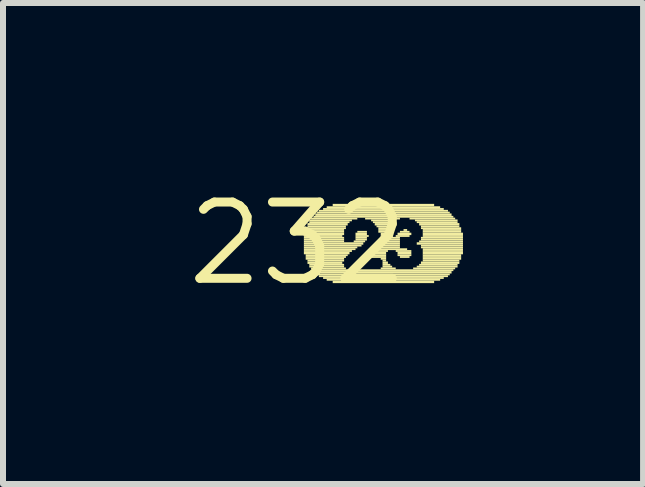
<source format=kicad_pcb>
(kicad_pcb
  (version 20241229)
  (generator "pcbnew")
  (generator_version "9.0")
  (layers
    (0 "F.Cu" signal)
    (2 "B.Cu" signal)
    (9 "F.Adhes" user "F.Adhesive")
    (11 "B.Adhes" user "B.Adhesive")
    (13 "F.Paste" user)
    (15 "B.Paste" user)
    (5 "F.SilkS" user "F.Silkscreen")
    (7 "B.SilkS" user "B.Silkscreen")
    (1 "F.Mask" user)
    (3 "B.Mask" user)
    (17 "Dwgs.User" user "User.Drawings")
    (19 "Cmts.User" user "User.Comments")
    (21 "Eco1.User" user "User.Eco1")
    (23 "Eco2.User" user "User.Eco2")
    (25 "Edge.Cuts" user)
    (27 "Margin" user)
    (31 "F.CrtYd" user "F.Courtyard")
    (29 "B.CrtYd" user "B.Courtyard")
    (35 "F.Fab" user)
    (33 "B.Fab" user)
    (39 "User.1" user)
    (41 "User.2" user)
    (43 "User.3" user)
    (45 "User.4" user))
  (footprint "232"
    (layer "F.Cu")
    (at 1.912 1.006)
    (property "Reference" "232" (at 0 0 0) (layer "F.SilkS") (effects (font (size 1.27 1.27) (thickness 0.15))))
    (fp_poly (pts (xy 0.1 -0.14) (xy 0.77 -0.14) (xy 0.77 -0.18) (xy 0.1 -0.18)) (stroke (width 0) (type solid)) (fill yes) (layer "F.SilkS"))
    (fp_poly (pts (xy 0.1 -0.11) (xy 0.74 -0.11) (xy 0.74 -0.14) (xy 0.1 -0.14)) (stroke (width 0) (type solid)) (fill yes) (layer "F.SilkS"))
    (fp_poly (pts (xy 0.1 -0.08) (xy 0.77 -0.08) (xy 0.77 -0.11) (xy 0.1 -0.11)) (stroke (width 0) (type solid)) (fill yes) (layer "F.SilkS"))
    (fp_poly (pts (xy 0.1 -0.05) (xy 0.77 -0.05) (xy 0.77 -0.08) (xy 0.1 -0.08)) (stroke (width 0) (type solid)) (fill yes) (layer "F.SilkS"))
    (fp_poly (pts (xy 0.1 -0.02) (xy 0.77 -0.02) (xy 0.77 -0.05) (xy 0.1 -0.05)) (stroke (width 0) (type solid)) (fill yes) (layer "F.SilkS"))
    (fp_poly (pts (xy 0.1 0.02) (xy 1.09 0.02) (xy 1.09 -0.02) (xy 0.1 -0.02)) (stroke (width 0) (type solid)) (fill yes) (layer "F.SilkS"))
    (fp_poly (pts (xy 0.1 0.05) (xy 1.06 0.05) (xy 1.06 0.02) (xy 0.1 0.02)) (stroke (width 0) (type solid)) (fill yes) (layer "F.SilkS"))
    (fp_poly (pts (xy 0.1 0.08) (xy 0.99 0.08) (xy 0.99 0.05) (xy 0.1 0.05)) (stroke (width 0) (type solid)) (fill yes) (layer "F.SilkS"))
    (fp_poly (pts (xy 0.1 0.11) (xy 0.96 0.11) (xy 0.96 0.08) (xy 0.1 0.08)) (stroke (width 0) (type solid)) (fill yes) (layer "F.SilkS"))
    (fp_poly (pts (xy 0.1 0.14) (xy 0.9 0.14) (xy 0.9 0.11) (xy 0.1 0.11)) (stroke (width 0) (type solid)) (fill yes) (layer "F.SilkS"))
    (fp_poly (pts (xy 0.1 0.18) (xy 0.86 0.18) (xy 0.86 0.14) (xy 0.1 0.14)) (stroke (width 0) (type solid)) (fill yes) (layer "F.SilkS"))
    (fp_poly (pts (xy 0.13 -0.24) (xy 0.8 -0.24) (xy 0.8 -0.27) (xy 0.13 -0.27)) (stroke (width 0) (type solid)) (fill yes) (layer "F.SilkS"))
    (fp_poly (pts (xy 0.13 -0.21) (xy 0.77 -0.21) (xy 0.77 -0.24) (xy 0.13 -0.24)) (stroke (width 0) (type solid)) (fill yes) (layer "F.SilkS"))
    (fp_poly (pts (xy 0.13 -0.18) (xy 0.77 -0.18) (xy 0.77 -0.21) (xy 0.13 -0.21)) (stroke (width 0) (type solid)) (fill yes) (layer "F.SilkS"))
    (fp_poly (pts (xy 0.13 0.21) (xy 0.83 0.21) (xy 0.83 0.18) (xy 0.13 0.18)) (stroke (width 0) (type solid)) (fill yes) (layer "F.SilkS"))
    (fp_poly (pts (xy 0.13 0.24) (xy 0.8 0.24) (xy 0.8 0.21) (xy 0.13 0.21)) (stroke (width 0) (type solid)) (fill yes) (layer "F.SilkS"))
    (fp_poly (pts (xy 0.13 0.27) (xy 0.77 0.27) (xy 0.77 0.24) (xy 0.13 0.24)) (stroke (width 0) (type solid)) (fill yes) (layer "F.SilkS"))
    (fp_poly (pts (xy 0.16 -0.3) (xy 0.83 -0.3) (xy 0.83 -0.34) (xy 0.16 -0.34)) (stroke (width 0) (type solid)) (fill yes) (layer "F.SilkS"))
    (fp_poly (pts (xy 0.16 -0.27) (xy 0.8 -0.27) (xy 0.8 -0.3) (xy 0.16 -0.3)) (stroke (width 0) (type solid)) (fill yes) (layer "F.SilkS"))
    (fp_poly (pts (xy 0.16 0.3) (xy 0.77 0.3) (xy 0.77 0.27) (xy 0.16 0.27)) (stroke (width 0) (type solid)) (fill yes) (layer "F.SilkS"))
    (fp_poly (pts (xy 0.16 0.34) (xy 0.74 0.34) (xy 0.74 0.3) (xy 0.16 0.3)) (stroke (width 0) (type solid)) (fill yes) (layer "F.SilkS"))
    (fp_poly (pts (xy 0.19 -0.37) (xy 0.9 -0.37) (xy 0.9 -0.4) (xy 0.19 -0.4)) (stroke (width 0) (type solid)) (fill yes) (layer "F.SilkS"))
    (fp_poly (pts (xy 0.19 -0.34) (xy 0.86 -0.34) (xy 0.86 -0.37) (xy 0.19 -0.37)) (stroke (width 0) (type solid)) (fill yes) (layer "F.SilkS"))
    (fp_poly (pts (xy 0.19 0.37) (xy 0.77 0.37) (xy 0.77 0.34) (xy 0.19 0.34)) (stroke (width 0) (type solid)) (fill yes) (layer "F.SilkS"))
    (fp_poly (pts (xy 0.19 0.4) (xy 0.77 0.4) (xy 0.77 0.37) (xy 0.19 0.37)) (stroke (width 0) (type solid)) (fill yes) (layer "F.SilkS"))
    (fp_poly (pts (xy 0.22 -0.4) (xy 0.99 -0.4) (xy 0.99 -0.43) (xy 0.22 -0.43)) (stroke (width 0) (type solid)) (fill yes) (layer "F.SilkS"))
    (fp_poly (pts (xy 0.22 0.43) (xy 0.8 0.43) (xy 0.8 0.4) (xy 0.22 0.4)) (stroke (width 0) (type solid)) (fill yes) (layer "F.SilkS"))
    (fp_poly (pts (xy 0.26 -0.43) (xy 2.59 -0.43) (xy 2.59 -0.46) (xy 0.26 -0.46)) (stroke (width 0) (type solid)) (fill yes) (layer "F.SilkS"))
    (fp_poly (pts (xy 0.26 0.46) (xy 2.59 0.46) (xy 2.59 0.43) (xy 0.26 0.43)) (stroke (width 0) (type solid)) (fill yes) (layer "F.SilkS"))
    (fp_poly (pts (xy 0.29 -0.46) (xy 2.56 -0.46) (xy 2.56 -0.5) (xy 0.29 -0.5)) (stroke (width 0) (type solid)) (fill yes) (layer "F.SilkS"))
    (fp_poly (pts (xy 0.29 0.5) (xy 2.56 0.5) (xy 2.56 0.46) (xy 0.29 0.46)) (stroke (width 0) (type solid)) (fill yes) (layer "F.SilkS"))
    (fp_poly (pts (xy 0.32 -0.5) (xy 2.53 -0.5) (xy 2.53 -0.53) (xy 0.32 -0.53)) (stroke (width 0) (type solid)) (fill yes) (layer "F.SilkS"))
    (fp_poly (pts (xy 0.32 0.53) (xy 2.53 0.53) (xy 2.53 0.5) (xy 0.32 0.5)) (stroke (width 0) (type solid)) (fill yes) (layer "F.SilkS"))
    (fp_poly (pts (xy 0.35 -0.53) (xy 2.5 -0.53) (xy 2.5 -0.56) (xy 0.35 -0.56)) (stroke (width 0) (type solid)) (fill yes) (layer "F.SilkS"))
    (fp_poly (pts (xy 0.35 0.56) (xy 2.5 0.56) (xy 2.5 0.53) (xy 0.35 0.53)) (stroke (width 0) (type solid)) (fill yes) (layer "F.SilkS"))
    (fp_poly (pts (xy 0.42 -0.56) (xy 2.43 -0.56) (xy 2.43 -0.59) (xy 0.42 -0.59)) (stroke (width 0) (type solid)) (fill yes) (layer "F.SilkS"))
    (fp_poly (pts (xy 0.42 0.59) (xy 2.43 0.59) (xy 2.43 0.56) (xy 0.42 0.56)) (stroke (width 0) (type solid)) (fill yes) (layer "F.SilkS"))
    (fp_poly (pts (xy 0.48 -0.59) (xy 2.37 -0.59) (xy 2.37 -0.62) (xy 0.48 -0.62)) (stroke (width 0) (type solid)) (fill yes) (layer "F.SilkS"))
    (fp_poly (pts (xy 0.48 0.62) (xy 2.37 0.62) (xy 2.37 0.59) (xy 0.48 0.59)) (stroke (width 0) (type solid)) (fill yes) (layer "F.SilkS"))
    (fp_poly (pts (xy 0.58 -0.62) (xy 2.27 -0.62) (xy 2.27 -0.66) (xy 0.58 -0.66)) (stroke (width 0) (type solid)) (fill yes) (layer "F.SilkS"))
    (fp_poly (pts (xy 0.58 0.66) (xy 2.27 0.66) (xy 2.27 0.62) (xy 0.58 0.62)) (stroke (width 0) (type solid)) (fill yes) (layer "F.SilkS"))
    (fp_poly (pts (xy 0.93 -0.02) (xy 1.12 -0.02) (xy 1.12 -0.05) (xy 0.93 -0.05)) (stroke (width 0) (type solid)) (fill yes) (layer "F.SilkS"))
    (fp_poly (pts (xy 0.96 -0.14) (xy 1.15 -0.14) (xy 1.15 -0.18) (xy 0.96 -0.18)) (stroke (width 0) (type solid)) (fill yes) (layer "F.SilkS"))
    (fp_poly (pts (xy 0.96 -0.11) (xy 1.18 -0.11) (xy 1.18 -0.14) (xy 0.96 -0.14)) (stroke (width 0) (type solid)) (fill yes) (layer "F.SilkS"))
    (fp_poly (pts (xy 0.96 -0.08) (xy 1.15 -0.08) (xy 1.15 -0.11) (xy 0.96 -0.11)) (stroke (width 0) (type solid)) (fill yes) (layer "F.SilkS"))
    (fp_poly (pts (xy 0.96 -0.05) (xy 1.15 -0.05) (xy 1.15 -0.08) (xy 0.96 -0.08)) (stroke (width 0) (type solid)) (fill yes) (layer "F.SilkS"))
    (fp_poly (pts (xy 0.99 -0.18) (xy 1.15 -0.18) (xy 1.15 -0.21) (xy 0.99 -0.21)) (stroke (width 0) (type solid)) (fill yes) (layer "F.SilkS"))
    (fp_poly (pts (xy 1.12 -0.4) (xy 1.7 -0.4) (xy 1.7 -0.43) (xy 1.12 -0.43)) (stroke (width 0) (type solid)) (fill yes) (layer "F.SilkS"))
    (fp_poly (pts (xy 1.12 0.24) (xy 1.47 0.24) (xy 1.47 0.21) (xy 1.12 0.21)) (stroke (width 0) (type solid)) (fill yes) (layer "F.SilkS"))
    (fp_poly (pts (xy 1.15 0.21) (xy 1.47 0.21) (xy 1.47 0.18) (xy 1.15 0.18)) (stroke (width 0) (type solid)) (fill yes) (layer "F.SilkS"))
    (fp_poly (pts (xy 1.22 -0.37) (xy 1.6 -0.37) (xy 1.6 -0.4) (xy 1.22 -0.4)) (stroke (width 0) (type solid)) (fill yes) (layer "F.SilkS"))
    (fp_poly (pts (xy 1.22 0.18) (xy 1.47 0.18) (xy 1.47 0.14) (xy 1.22 0.14)) (stroke (width 0) (type solid)) (fill yes) (layer "F.SilkS"))
    (fp_poly (pts (xy 1.25 -0.34) (xy 1.57 -0.34) (xy 1.57 -0.37) (xy 1.25 -0.37)) (stroke (width 0) (type solid)) (fill yes) (layer "F.SilkS"))
    (fp_poly (pts (xy 1.25 0.14) (xy 1.5 0.14) (xy 1.5 0.11) (xy 1.25 0.11)) (stroke (width 0) (type solid)) (fill yes) (layer "F.SilkS"))
    (fp_poly (pts (xy 1.28 -0.3) (xy 1.54 -0.3) (xy 1.54 -0.34) (xy 1.28 -0.34)) (stroke (width 0) (type solid)) (fill yes) (layer "F.SilkS"))
    (fp_poly (pts (xy 1.28 0.11) (xy 1.82 0.11) (xy 1.82 0.08) (xy 1.28 0.08)) (stroke (width 0) (type solid)) (fill yes) (layer "F.SilkS"))
    (fp_poly (pts (xy 1.31 -0.27) (xy 1.5 -0.27) (xy 1.5 -0.3) (xy 1.31 -0.3)) (stroke (width 0) (type solid)) (fill yes) (layer "F.SilkS"))
    (fp_poly (pts (xy 1.31 0.08) (xy 1.7 0.08) (xy 1.7 0.05) (xy 1.31 0.05)) (stroke (width 0) (type solid)) (fill yes) (layer "F.SilkS"))
    (fp_poly (pts (xy 1.34 -0.24) (xy 1.5 -0.24) (xy 1.5 -0.27) (xy 1.34 -0.27)) (stroke (width 0) (type solid)) (fill yes) (layer "F.SilkS"))
    (fp_poly (pts (xy 1.34 -0.21) (xy 1.5 -0.21) (xy 1.5 -0.24) (xy 1.34 -0.24)) (stroke (width 0) (type solid)) (fill yes) (layer "F.SilkS"))
    (fp_poly (pts (xy 1.34 -0.18) (xy 1.5 -0.18) (xy 1.5 -0.21) (xy 1.34 -0.21)) (stroke (width 0) (type solid)) (fill yes) (layer "F.SilkS"))
    (fp_poly (pts (xy 1.34 -0.02) (xy 1.7 -0.02) (xy 1.7 -0.05) (xy 1.34 -0.05)) (stroke (width 0) (type solid)) (fill yes) (layer "F.SilkS"))
    (fp_poly (pts (xy 1.34 0.02) (xy 1.7 0.02) (xy 1.7 -0.02) (xy 1.34 -0.02)) (stroke (width 0) (type solid)) (fill yes) (layer "F.SilkS"))
    (fp_poly (pts (xy 1.34 0.05) (xy 1.7 0.05) (xy 1.7 0.02) (xy 1.34 0.02)) (stroke (width 0) (type solid)) (fill yes) (layer "F.SilkS"))
    (fp_poly (pts (xy 1.38 -0.14) (xy 1.5 -0.14) (xy 1.5 -0.18) (xy 1.38 -0.18)) (stroke (width 0) (type solid)) (fill yes) (layer "F.SilkS"))
    (fp_poly (pts (xy 1.38 -0.11) (xy 1.57 -0.11) (xy 1.57 -0.14) (xy 1.38 -0.14)) (stroke (width 0) (type solid)) (fill yes) (layer "F.SilkS"))
    (fp_poly (pts (xy 1.38 -0.08) (xy 1.7 -0.08) (xy 1.7 -0.11) (xy 1.38 -0.11)) (stroke (width 0) (type solid)) (fill yes) (layer "F.SilkS"))
    (fp_poly (pts (xy 1.38 -0.05) (xy 1.7 -0.05) (xy 1.7 -0.08) (xy 1.38 -0.08)) (stroke (width 0) (type solid)) (fill yes) (layer "F.SilkS"))
    (fp_poly (pts (xy 1.38 0.27) (xy 1.47 0.27) (xy 1.47 0.24) (xy 1.38 0.24)) (stroke (width 0) (type solid)) (fill yes) (layer "F.SilkS"))
    (fp_poly (pts (xy 1.38 0.43) (xy 1.63 0.43) (xy 1.63 0.4) (xy 1.38 0.4)) (stroke (width 0) (type solid)) (fill yes) (layer "F.SilkS"))
    (fp_poly (pts (xy 1.41 0.3) (xy 1.47 0.3) (xy 1.47 0.27) (xy 1.41 0.27)) (stroke (width 0) (type solid)) (fill yes) (layer "F.SilkS"))
    (fp_poly (pts (xy 1.41 0.34) (xy 1.5 0.34) (xy 1.5 0.3) (xy 1.41 0.3)) (stroke (width 0) (type solid)) (fill yes) (layer "F.SilkS"))
    (fp_poly (pts (xy 1.41 0.37) (xy 1.54 0.37) (xy 1.54 0.34) (xy 1.41 0.34)) (stroke (width 0) (type solid)) (fill yes) (layer "F.SilkS"))
    (fp_poly (pts (xy 1.41 0.4) (xy 1.57 0.4) (xy 1.57 0.37) (xy 1.41 0.37)) (stroke (width 0) (type solid)) (fill yes) (layer "F.SilkS"))
    (fp_poly (pts (xy 1.63 -0.11) (xy 1.86 -0.11) (xy 1.86 -0.14) (xy 1.63 -0.14)) (stroke (width 0) (type solid)) (fill yes) (layer "F.SilkS"))
    (fp_poly (pts (xy 1.63 0.14) (xy 1.89 0.14) (xy 1.89 0.11) (xy 1.63 0.11)) (stroke (width 0) (type solid)) (fill yes) (layer "F.SilkS"))
    (fp_poly (pts (xy 1.66 -0.14) (xy 1.89 -0.14) (xy 1.89 -0.18) (xy 1.66 -0.18)) (stroke (width 0) (type solid)) (fill yes) (layer "F.SilkS"))
    (fp_poly (pts (xy 1.66 0.18) (xy 1.89 0.18) (xy 1.89 0.14) (xy 1.66 0.14)) (stroke (width 0) (type solid)) (fill yes) (layer "F.SilkS"))
    (fp_poly (pts (xy 1.66 0.21) (xy 1.89 0.21) (xy 1.89 0.18) (xy 1.66 0.18)) (stroke (width 0) (type solid)) (fill yes) (layer "F.SilkS"))
    (fp_poly (pts (xy 1.7 -0.18) (xy 1.86 -0.18) (xy 1.86 -0.21) (xy 1.7 -0.21)) (stroke (width 0) (type solid)) (fill yes) (layer "F.SilkS"))
    (fp_poly (pts (xy 1.7 0.24) (xy 1.86 0.24) (xy 1.86 0.21) (xy 1.7 0.21)) (stroke (width 0) (type solid)) (fill yes) (layer "F.SilkS"))
    (fp_poly (pts (xy 1.76 -0.21) (xy 1.82 -0.21) (xy 1.82 -0.24) (xy 1.76 -0.24)) (stroke (width 0) (type solid)) (fill yes) (layer "F.SilkS"))
    (fp_poly (pts (xy 1.86 -0.4) (xy 2.62 -0.4) (xy 2.62 -0.43) (xy 1.86 -0.43)) (stroke (width 0) (type solid)) (fill yes) (layer "F.SilkS"))
    (fp_poly (pts (xy 1.92 0.43) (xy 2.62 0.43) (xy 2.62 0.4) (xy 1.92 0.4)) (stroke (width 0) (type solid)) (fill yes) (layer "F.SilkS"))
    (fp_poly (pts (xy 1.95 -0.37) (xy 2.66 -0.37) (xy 2.66 -0.4) (xy 1.95 -0.4)) (stroke (width 0) (type solid)) (fill yes) (layer "F.SilkS"))
    (fp_poly (pts (xy 1.98 -0.34) (xy 2.66 -0.34) (xy 2.66 -0.37) (xy 1.98 -0.37)) (stroke (width 0) (type solid)) (fill yes) (layer "F.SilkS"))
    (fp_poly (pts (xy 1.98 0.02) (xy 2.75 0.02) (xy 2.75 -0.02) (xy 1.98 -0.02)) (stroke (width 0) (type solid)) (fill yes) (layer "F.SilkS"))
    (fp_poly (pts (xy 1.98 0.4) (xy 2.66 0.4) (xy 2.66 0.37) (xy 1.98 0.37)) (stroke (width 0) (type solid)) (fill yes) (layer "F.SilkS"))
    (fp_poly (pts (xy 2.02 -0.3) (xy 2.69 -0.3) (xy 2.69 -0.34) (xy 2.02 -0.34)) (stroke (width 0) (type solid)) (fill yes) (layer "F.SilkS"))
    (fp_poly (pts (xy 2.02 -0.02) (xy 2.75 -0.02) (xy 2.75 -0.05) (xy 2.02 -0.05)) (stroke (width 0) (type solid)) (fill yes) (layer "F.SilkS"))
    (fp_poly (pts (xy 2.02 0.37) (xy 2.66 0.37) (xy 2.66 0.34) (xy 2.02 0.34)) (stroke (width 0) (type solid)) (fill yes) (layer "F.SilkS"))
    (fp_poly (pts (xy 2.05 -0.27) (xy 2.69 -0.27) (xy 2.69 -0.3) (xy 2.05 -0.3)) (stroke (width 0) (type solid)) (fill yes) (layer "F.SilkS"))
    (fp_poly (pts (xy 2.05 -0.24) (xy 2.72 -0.24) (xy 2.72 -0.27) (xy 2.05 -0.27)) (stroke (width 0) (type solid)) (fill yes) (layer "F.SilkS"))
    (fp_poly (pts (xy 2.05 -0.08) (xy 2.75 -0.08) (xy 2.75 -0.11) (xy 2.05 -0.11)) (stroke (width 0) (type solid)) (fill yes) (layer "F.SilkS"))
    (fp_poly (pts (xy 2.05 -0.05) (xy 2.75 -0.05) (xy 2.75 -0.08) (xy 2.05 -0.08)) (stroke (width 0) (type solid)) (fill yes) (layer "F.SilkS"))
    (fp_poly (pts (xy 2.05 0.05) (xy 2.75 0.05) (xy 2.75 0.02) (xy 2.05 0.02)) (stroke (width 0) (type solid)) (fill yes) (layer "F.SilkS"))
    (fp_poly (pts (xy 2.05 0.08) (xy 2.75 0.08) (xy 2.75 0.05) (xy 2.05 0.05)) (stroke (width 0) (type solid)) (fill yes) (layer "F.SilkS"))
    (fp_poly (pts (xy 2.05 0.34) (xy 2.69 0.34) (xy 2.69 0.3) (xy 2.05 0.3)) (stroke (width 0) (type solid)) (fill yes) (layer "F.SilkS"))
    (fp_poly (pts (xy 2.08 -0.21) (xy 2.72 -0.21) (xy 2.72 -0.24) (xy 2.08 -0.24)) (stroke (width 0) (type solid)) (fill yes) (layer "F.SilkS"))
    (fp_poly (pts (xy 2.08 -0.18) (xy 2.72 -0.18) (xy 2.72 -0.21) (xy 2.08 -0.21)) (stroke (width 0) (type solid)) (fill yes) (layer "F.SilkS"))
    (fp_poly (pts (xy 2.08 -0.14) (xy 2.75 -0.14) (xy 2.75 -0.18) (xy 2.08 -0.18)) (stroke (width 0) (type solid)) (fill yes) (layer "F.SilkS"))
    (fp_poly (pts (xy 2.08 -0.11) (xy 2.75 -0.11) (xy 2.75 -0.14) (xy 2.08 -0.14)) (stroke (width 0) (type solid)) (fill yes) (layer "F.SilkS"))
    (fp_poly (pts (xy 2.08 0.11) (xy 2.75 0.11) (xy 2.75 0.08) (xy 2.08 0.08)) (stroke (width 0) (type solid)) (fill yes) (layer "F.SilkS"))
    (fp_poly (pts (xy 2.08 0.14) (xy 2.75 0.14) (xy 2.75 0.11) (xy 2.08 0.11)) (stroke (width 0) (type solid)) (fill yes) (layer "F.SilkS"))
    (fp_poly (pts (xy 2.08 0.18) (xy 2.75 0.18) (xy 2.75 0.14) (xy 2.08 0.14)) (stroke (width 0) (type solid)) (fill yes) (layer "F.SilkS"))
    (fp_poly (pts (xy 2.08 0.21) (xy 2.72 0.21) (xy 2.72 0.18) (xy 2.08 0.18)) (stroke (width 0) (type solid)) (fill yes) (layer "F.SilkS"))
    (fp_poly (pts (xy 2.08 0.24) (xy 2.72 0.24) (xy 2.72 0.21) (xy 2.08 0.21)) (stroke (width 0) (type solid)) (fill yes) (layer "F.SilkS"))
    (fp_poly (pts (xy 2.08 0.27) (xy 2.72 0.27) (xy 2.72 0.24) (xy 2.08 0.24)) (stroke (width 0) (type solid)) (fill yes) (layer "F.SilkS"))
    (fp_poly (pts (xy 2.08 0.3) (xy 2.69 0.3) (xy 2.69 0.27) (xy 2.08 0.27)) (stroke (width 0) (type solid)) (fill yes) (layer "F.SilkS")))
  (gr_rect
    (start -3 -3)
    (end 7.662 5.012)
    (stroke (width 0.1) (type default))
    (fill no)
    (layer "Edge.Cuts")))
</source>
